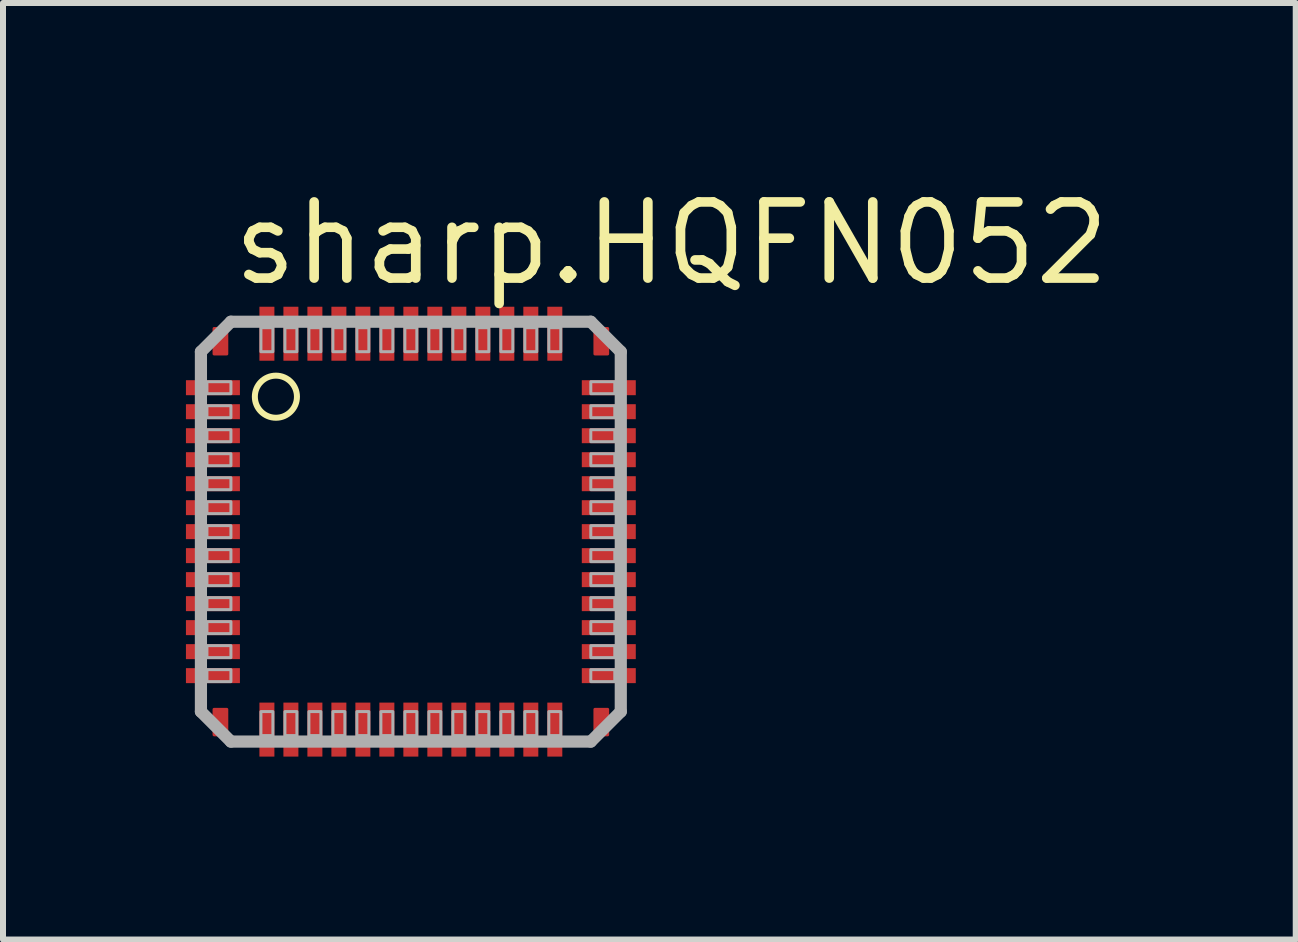
<source format=kicad_pcb>
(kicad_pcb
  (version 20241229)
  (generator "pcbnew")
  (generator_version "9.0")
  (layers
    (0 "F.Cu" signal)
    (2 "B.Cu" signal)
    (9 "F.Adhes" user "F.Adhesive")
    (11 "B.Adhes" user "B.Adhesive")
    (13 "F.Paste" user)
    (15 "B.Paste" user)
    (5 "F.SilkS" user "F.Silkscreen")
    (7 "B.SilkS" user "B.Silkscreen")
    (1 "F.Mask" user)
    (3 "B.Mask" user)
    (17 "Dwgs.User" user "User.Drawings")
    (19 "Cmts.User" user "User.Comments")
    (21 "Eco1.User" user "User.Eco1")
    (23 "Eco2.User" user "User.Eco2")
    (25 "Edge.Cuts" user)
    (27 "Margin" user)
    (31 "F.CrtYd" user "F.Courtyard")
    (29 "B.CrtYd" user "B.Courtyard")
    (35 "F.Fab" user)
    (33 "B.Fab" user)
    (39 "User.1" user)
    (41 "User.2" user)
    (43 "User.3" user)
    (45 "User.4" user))
  (footprint "sharp.HQFN052"
    (layer "F.Cu")
    (at 3.8 5.814)
    (property "Reference" "sharp.HQFN052" (at -3.048 -4.064 0) (layer "F.SilkS") (effects (font (size 1.27 1.27) (thickness 0.16)) (justify left bottom)))
    (attr smd)
    (fp_rect (start -3.281 3.387) (end -3.069 2.963) (stroke (width 0.05) (type default)) (fill yes) (layer "F.Cu"))
    (fp_rect (start -3.281 -2.963) (end -3.069 -3.387) (stroke (width 0.05) (type default)) (fill yes) (layer "F.Cu"))
    (fp_rect (start 3.069 3.387) (end 3.281 2.963) (stroke (width 0.05) (type default)) (fill yes) (layer "F.Cu"))
    (fp_rect (start 3.069 -2.963) (end 3.281 -3.387) (stroke (width 0.05) (type default)) (fill yes) (layer "F.Cu"))
    (fp_rect (start -3.775 -2.25) (end -2.825 -2.55) (stroke (width 0.05) (type default)) (fill yes) (layer "F.Mask"))
    (fp_rect (start -3.775 -1.85) (end -2.825 -2.15) (stroke (width 0.05) (type default)) (fill yes) (layer "F.Mask"))
    (fp_rect (start -3.775 -1.45) (end -2.825 -1.75) (stroke (width 0.05) (type default)) (fill yes) (layer "F.Mask"))
    (fp_rect (start -3.775 -1.05) (end -2.825 -1.35) (stroke (width 0.05) (type default)) (fill yes) (layer "F.Mask"))
    (fp_rect (start -3.775 -0.65) (end -2.825 -0.95) (stroke (width 0.05) (type default)) (fill yes) (layer "F.Mask"))
    (fp_rect (start -3.775 -0.25) (end -2.825 -0.55) (stroke (width 0.05) (type default)) (fill yes) (layer "F.Mask"))
    (fp_rect (start -3.775 0.15) (end -2.825 -0.15) (stroke (width 0.05) (type default)) (fill yes) (layer "F.Mask"))
    (fp_rect (start -3.775 0.55) (end -2.825 0.25) (stroke (width 0.05) (type default)) (fill yes) (layer "F.Mask"))
    (fp_rect (start -3.775 0.95) (end -2.825 0.65) (stroke (width 0.05) (type default)) (fill yes) (layer "F.Mask"))
    (fp_rect (start -3.775 1.35) (end -2.825 1.05) (stroke (width 0.05) (type default)) (fill yes) (layer "F.Mask"))
    (fp_rect (start -3.775 1.75) (end -2.825 1.45) (stroke (width 0.05) (type default)) (fill yes) (layer "F.Mask"))
    (fp_rect (start -3.775 2.15) (end -2.825 1.85) (stroke (width 0.05) (type default)) (fill yes) (layer "F.Mask"))
    (fp_rect (start -3.775 2.55) (end -2.825 2.25) (stroke (width 0.05) (type default)) (fill yes) (layer "F.Mask"))
    (fp_rect (start -3.299 -2.945) (end -3.051 -3.405) (stroke (width 0.05) (type default)) (fill yes) (layer "F.Mask"))
    (fp_rect (start -3.299 3.405) (end -3.051 2.945) (stroke (width 0.05) (type default)) (fill yes) (layer "F.Mask"))
    (fp_rect (start -2.55 -2.825) (end -2.25 -3.775) (stroke (width 0.05) (type default)) (fill yes) (layer "F.Mask"))
    (fp_rect (start -2.55 3.775) (end -2.25 2.825) (stroke (width 0.05) (type default)) (fill yes) (layer "F.Mask"))
    (fp_rect (start -2.15 -2.825) (end -1.85 -3.775) (stroke (width 0.05) (type default)) (fill yes) (layer "F.Mask"))
    (fp_rect (start -2.15 3.775) (end -1.85 2.825) (stroke (width 0.05) (type default)) (fill yes) (layer "F.Mask"))
    (fp_rect (start -1.75 -2.825) (end -1.45 -3.775) (stroke (width 0.05) (type default)) (fill yes) (layer "F.Mask"))
    (fp_rect (start -1.75 3.775) (end -1.45 2.825) (stroke (width 0.05) (type default)) (fill yes) (layer "F.Mask"))
    (fp_rect (start -1.35 -2.825) (end -1.05 -3.775) (stroke (width 0.05) (type default)) (fill yes) (layer "F.Mask"))
    (fp_rect (start -1.35 3.775) (end -1.05 2.825) (stroke (width 0.05) (type default)) (fill yes) (layer "F.Mask"))
    (fp_rect (start -0.95 -2.825) (end -0.65 -3.775) (stroke (width 0.05) (type default)) (fill yes) (layer "F.Mask"))
    (fp_rect (start -0.95 3.775) (end -0.65 2.825) (stroke (width 0.05) (type default)) (fill yes) (layer "F.Mask"))
    (fp_rect (start -0.55 -2.825) (end -0.25 -3.775) (stroke (width 0.05) (type default)) (fill yes) (layer "F.Mask"))
    (fp_rect (start -0.55 3.775) (end -0.25 2.825) (stroke (width 0.05) (type default)) (fill yes) (layer "F.Mask"))
    (fp_rect (start -0.15 -2.825) (end 0.15 -3.775) (stroke (width 0.05) (type default)) (fill yes) (layer "F.Mask"))
    (fp_rect (start -0.15 3.775) (end 0.15 2.825) (stroke (width 0.05) (type default)) (fill yes) (layer "F.Mask"))
    (fp_rect (start 0.25 -2.825) (end 0.55 -3.775) (stroke (width 0.05) (type default)) (fill yes) (layer "F.Mask"))
    (fp_rect (start 0.25 3.775) (end 0.55 2.825) (stroke (width 0.05) (type default)) (fill yes) (layer "F.Mask"))
    (fp_rect (start 0.65 -2.825) (end 0.95 -3.775) (stroke (width 0.05) (type default)) (fill yes) (layer "F.Mask"))
    (fp_rect (start 0.65 3.775) (end 0.95 2.825) (stroke (width 0.05) (type default)) (fill yes) (layer "F.Mask"))
    (fp_rect (start 1.05 -2.825) (end 1.35 -3.775) (stroke (width 0.05) (type default)) (fill yes) (layer "F.Mask"))
    (fp_rect (start 1.05 3.775) (end 1.35 2.825) (stroke (width 0.05) (type default)) (fill yes) (layer "F.Mask"))
    (fp_rect (start 1.45 -2.825) (end 1.75 -3.775) (stroke (width 0.05) (type default)) (fill yes) (layer "F.Mask"))
    (fp_rect (start 1.45 3.775) (end 1.75 2.825) (stroke (width 0.05) (type default)) (fill yes) (layer "F.Mask"))
    (fp_rect (start 1.85 -2.825) (end 2.15 -3.775) (stroke (width 0.05) (type default)) (fill yes) (layer "F.Mask"))
    (fp_rect (start 1.85 3.775) (end 2.15 2.825) (stroke (width 0.05) (type default)) (fill yes) (layer "F.Mask"))
    (fp_rect (start 2.25 -2.825) (end 2.55 -3.775) (stroke (width 0.05) (type default)) (fill yes) (layer "F.Mask"))
    (fp_rect (start 2.25 3.775) (end 2.55 2.825) (stroke (width 0.05) (type default)) (fill yes) (layer "F.Mask"))
    (fp_rect (start 2.825 -2.25) (end 3.775 -2.55) (stroke (width 0.05) (type default)) (fill yes) (layer "F.Mask"))
    (fp_rect (start 2.825 -1.85) (end 3.775 -2.15) (stroke (width 0.05) (type default)) (fill yes) (layer "F.Mask"))
    (fp_rect (start 2.825 -1.45) (end 3.775 -1.75) (stroke (width 0.05) (type default)) (fill yes) (layer "F.Mask"))
    (fp_rect (start 2.825 -1.05) (end 3.775 -1.35) (stroke (width 0.05) (type default)) (fill yes) (layer "F.Mask"))
    (fp_rect (start 2.825 -0.65) (end 3.775 -0.95) (stroke (width 0.05) (type default)) (fill yes) (layer "F.Mask"))
    (fp_rect (start 2.825 -0.25) (end 3.775 -0.55) (stroke (width 0.05) (type default)) (fill yes) (layer "F.Mask"))
    (fp_rect (start 2.825 0.15) (end 3.775 -0.15) (stroke (width 0.05) (type default)) (fill yes) (layer "F.Mask"))
    (fp_rect (start 2.825 0.55) (end 3.775 0.25) (stroke (width 0.05) (type default)) (fill yes) (layer "F.Mask"))
    (fp_rect (start 2.825 0.95) (end 3.775 0.65) (stroke (width 0.05) (type default)) (fill yes) (layer "F.Mask"))
    (fp_rect (start 2.825 1.35) (end 3.775 1.05) (stroke (width 0.05) (type default)) (fill yes) (layer "F.Mask"))
    (fp_rect (start 2.825 1.75) (end 3.775 1.45) (stroke (width 0.05) (type default)) (fill yes) (layer "F.Mask"))
    (fp_rect (start 2.825 2.15) (end 3.775 1.85) (stroke (width 0.05) (type default)) (fill yes) (layer "F.Mask"))
    (fp_rect (start 2.825 2.55) (end 3.775 2.25) (stroke (width 0.05) (type default)) (fill yes) (layer "F.Mask"))
    (fp_rect (start 3.051 -2.945) (end 3.299 -3.405) (stroke (width 0.05) (type default)) (fill yes) (layer "F.Mask"))
    (fp_rect (start 3.051 3.405) (end 3.299 2.945) (stroke (width 0.05) (type default)) (fill yes) (layer "F.Mask"))
    (fp_circle (center -2.25 -2.25) (end -1.899 -2.25) (stroke (width 0.1) (type default)) (fill no) (layer "F.SilkS"))
    (fp_rect (start -3.7 -2.3) (end -2.9 -2.5) (stroke (width 0.05) (type default)) (fill yes) (layer "F.Paste"))
    (fp_rect (start -3.7 -1.9) (end -2.9 -2.1) (stroke (width 0.05) (type default)) (fill yes) (layer "F.Paste"))
    (fp_rect (start -3.7 -1.5) (end -2.9 -1.7) (stroke (width 0.05) (type default)) (fill yes) (layer "F.Paste"))
    (fp_rect (start -3.7 -1.1) (end -2.9 -1.3) (stroke (width 0.05) (type default)) (fill yes) (layer "F.Paste"))
    (fp_rect (start -3.7 -0.7) (end -2.9 -0.9) (stroke (width 0.05) (type default)) (fill yes) (layer "F.Paste"))
    (fp_rect (start -3.7 -0.3) (end -2.9 -0.5) (stroke (width 0.05) (type default)) (fill yes) (layer "F.Paste"))
    (fp_rect (start -3.7 0.1) (end -2.9 -0.1) (stroke (width 0.05) (type default)) (fill yes) (layer "F.Paste"))
    (fp_rect (start -3.7 0.5) (end -2.9 0.3) (stroke (width 0.05) (type default)) (fill yes) (layer "F.Paste"))
    (fp_rect (start -3.7 0.9) (end -2.9 0.7) (stroke (width 0.05) (type default)) (fill yes) (layer "F.Paste"))
    (fp_rect (start -3.7 1.3) (end -2.9 1.1) (stroke (width 0.05) (type default)) (fill yes) (layer "F.Paste"))
    (fp_rect (start -3.7 1.7) (end -2.9 1.5) (stroke (width 0.05) (type default)) (fill yes) (layer "F.Paste"))
    (fp_rect (start -3.7 2.1) (end -2.9 1.9) (stroke (width 0.05) (type default)) (fill yes) (layer "F.Paste"))
    (fp_rect (start -3.7 2.5) (end -2.9 2.3) (stroke (width 0.05) (type default)) (fill yes) (layer "F.Paste"))
    (fp_rect (start -3.264 3.369) (end -3.087 2.98) (stroke (width 0.05) (type default)) (fill yes) (layer "F.Paste"))
    (fp_rect (start -3.263 -2.981) (end -3.087 -3.37) (stroke (width 0.05) (type default)) (fill yes) (layer "F.Paste"))
    (fp_rect (start -2.5 -2.9) (end -2.3 -3.7) (stroke (width 0.05) (type default)) (fill yes) (layer "F.Paste"))
    (fp_rect (start -2.5 3.7) (end -2.3 2.9) (stroke (width 0.05) (type default)) (fill yes) (layer "F.Paste"))
    (fp_rect (start -2.1 -2.9) (end -1.9 -3.7) (stroke (width 0.05) (type default)) (fill yes) (layer "F.Paste"))
    (fp_rect (start -2.1 3.7) (end -1.9 2.9) (stroke (width 0.05) (type default)) (fill yes) (layer "F.Paste"))
    (fp_rect (start -1.7 -2.9) (end -1.5 -3.7) (stroke (width 0.05) (type default)) (fill yes) (layer "F.Paste"))
    (fp_rect (start -1.7 3.7) (end -1.5 2.9) (stroke (width 0.05) (type default)) (fill yes) (layer "F.Paste"))
    (fp_rect (start -1.3 -2.9) (end -1.1 -3.7) (stroke (width 0.05) (type default)) (fill yes) (layer "F.Paste"))
    (fp_rect (start -1.3 3.7) (end -1.1 2.9) (stroke (width 0.05) (type default)) (fill yes) (layer "F.Paste"))
    (fp_rect (start -0.9 -2.9) (end -0.7 -3.7) (stroke (width 0.05) (type default)) (fill yes) (layer "F.Paste"))
    (fp_rect (start -0.9 3.7) (end -0.7 2.9) (stroke (width 0.05) (type default)) (fill yes) (layer "F.Paste"))
    (fp_rect (start -0.5 -2.9) (end -0.3 -3.7) (stroke (width 0.05) (type default)) (fill yes) (layer "F.Paste"))
    (fp_rect (start -0.5 3.7) (end -0.3 2.9) (stroke (width 0.05) (type default)) (fill yes) (layer "F.Paste"))
    (fp_rect (start -0.1 -2.9) (end 0.1 -3.7) (stroke (width 0.05) (type default)) (fill yes) (layer "F.Paste"))
    (fp_rect (start -0.1 3.7) (end 0.1 2.9) (stroke (width 0.05) (type default)) (fill yes) (layer "F.Paste"))
    (fp_rect (start 0.3 -2.9) (end 0.5 -3.7) (stroke (width 0.05) (type default)) (fill yes) (layer "F.Paste"))
    (fp_rect (start 0.3 3.7) (end 0.5 2.9) (stroke (width 0.05) (type default)) (fill yes) (layer "F.Paste"))
    (fp_rect (start 0.7 -2.9) (end 0.9 -3.7) (stroke (width 0.05) (type default)) (fill yes) (layer "F.Paste"))
    (fp_rect (start 0.7 3.7) (end 0.9 2.9) (stroke (width 0.05) (type default)) (fill yes) (layer "F.Paste"))
    (fp_rect (start 1.1 -2.9) (end 1.3 -3.7) (stroke (width 0.05) (type default)) (fill yes) (layer "F.Paste"))
    (fp_rect (start 1.1 3.7) (end 1.3 2.9) (stroke (width 0.05) (type default)) (fill yes) (layer "F.Paste"))
    (fp_rect (start 1.5 -2.9) (end 1.7 -3.7) (stroke (width 0.05) (type default)) (fill yes) (layer "F.Paste"))
    (fp_rect (start 1.5 3.7) (end 1.7 2.9) (stroke (width 0.05) (type default)) (fill yes) (layer "F.Paste"))
    (fp_rect (start 1.9 -2.9) (end 2.1 -3.7) (stroke (width 0.05) (type default)) (fill yes) (layer "F.Paste"))
    (fp_rect (start 1.9 3.7) (end 2.1 2.9) (stroke (width 0.05) (type default)) (fill yes) (layer "F.Paste"))
    (fp_rect (start 2.3 -2.9) (end 2.5 -3.7) (stroke (width 0.05) (type default)) (fill yes) (layer "F.Paste"))
    (fp_rect (start 2.3 3.7) (end 2.5 2.9) (stroke (width 0.05) (type default)) (fill yes) (layer "F.Paste"))
    (fp_rect (start 2.9 -2.3) (end 3.7 -2.5) (stroke (width 0.05) (type default)) (fill yes) (layer "F.Paste"))
    (fp_rect (start 2.9 -1.9) (end 3.7 -2.1) (stroke (width 0.05) (type default)) (fill yes) (layer "F.Paste"))
    (fp_rect (start 2.9 -1.5) (end 3.7 -1.7) (stroke (width 0.05) (type default)) (fill yes) (layer "F.Paste"))
    (fp_rect (start 2.9 -1.1) (end 3.7 -1.3) (stroke (width 0.05) (type default)) (fill yes) (layer "F.Paste"))
    (fp_rect (start 2.9 -0.7) (end 3.7 -0.9) (stroke (width 0.05) (type default)) (fill yes) (layer "F.Paste"))
    (fp_rect (start 2.9 -0.3) (end 3.7 -0.5) (stroke (width 0.05) (type default)) (fill yes) (layer "F.Paste"))
    (fp_rect (start 2.9 0.1) (end 3.7 -0.1) (stroke (width 0.05) (type default)) (fill yes) (layer "F.Paste"))
    (fp_rect (start 2.9 0.5) (end 3.7 0.3) (stroke (width 0.05) (type default)) (fill yes) (layer "F.Paste"))
    (fp_rect (start 2.9 0.9) (end 3.7 0.7) (stroke (width 0.05) (type default)) (fill yes) (layer "F.Paste"))
    (fp_rect (start 2.9 1.3) (end 3.7 1.1) (stroke (width 0.05) (type default)) (fill yes) (layer "F.Paste"))
    (fp_rect (start 2.9 1.7) (end 3.7 1.5) (stroke (width 0.05) (type default)) (fill yes) (layer "F.Paste"))
    (fp_rect (start 2.9 2.1) (end 3.7 1.9) (stroke (width 0.05) (type default)) (fill yes) (layer "F.Paste"))
    (fp_rect (start 2.9 2.5) (end 3.7 2.3) (stroke (width 0.05) (type default)) (fill yes) (layer "F.Paste"))
    (fp_rect (start 3.087 3.37) (end 3.263 2.981) (stroke (width 0.05) (type default)) (fill yes) (layer "F.Paste"))
    (fp_rect (start 3.087 -2.98) (end 3.264 -3.369) (stroke (width 0.05) (type default)) (fill yes) (layer "F.Paste"))
    (fp_line (start -3.5 -3) (end -3 -3.5) (stroke (width 0.203) (type default)) (layer "F.Fab"))
    (fp_line (start -3.5 3) (end -3.5 -3) (stroke (width 0.203) (type default)) (layer "F.Fab"))
    (fp_line (start -3 -3.5) (end 3 -3.5) (stroke (width 0.203) (type default)) (layer "F.Fab"))
    (fp_line (start -3 3.5) (end -3.5 3) (stroke (width 0.203) (type default)) (layer "F.Fab"))
    (fp_line (start 3 -3.5) (end 3.5 -3) (stroke (width 0.203) (type default)) (layer "F.Fab"))
    (fp_line (start 3 3.5) (end -3 3.5) (stroke (width 0.203) (type default)) (layer "F.Fab"))
    (fp_line (start 3.5 -3) (end 3.5 3) (stroke (width 0.203) (type default)) (layer "F.Fab"))
    (fp_line (start 3.5 3) (end 3 3.5) (stroke (width 0.203) (type default)) (layer "F.Fab"))
    (fp_rect (start -3.4 -2.3) (end -3 -2.5) (stroke (width 0.05) (type default)) (fill no) (layer "F.Fab"))
    (fp_rect (start -3.4 -1.9) (end -3 -2.1) (stroke (width 0.05) (type default)) (fill no) (layer "F.Fab"))
    (fp_rect (start -3.4 -1.5) (end -3 -1.7) (stroke (width 0.05) (type default)) (fill no) (layer "F.Fab"))
    (fp_rect (start -3.4 -1.1) (end -3 -1.3) (stroke (width 0.05) (type default)) (fill no) (layer "F.Fab"))
    (fp_rect (start -3.4 -0.7) (end -3 -0.9) (stroke (width 0.05) (type default)) (fill no) (layer "F.Fab"))
    (fp_rect (start -3.4 -0.3) (end -3 -0.5) (stroke (width 0.05) (type default)) (fill no) (layer "F.Fab"))
    (fp_rect (start -3.4 0.1) (end -3 -0.1) (stroke (width 0.05) (type default)) (fill no) (layer "F.Fab"))
    (fp_rect (start -3.4 0.5) (end -3 0.3) (stroke (width 0.05) (type default)) (fill no) (layer "F.Fab"))
    (fp_rect (start -3.4 0.9) (end -3 0.7) (stroke (width 0.05) (type default)) (fill no) (layer "F.Fab"))
    (fp_rect (start -3.4 1.3) (end -3 1.1) (stroke (width 0.05) (type default)) (fill no) (layer "F.Fab"))
    (fp_rect (start -3.4 1.7) (end -3 1.5) (stroke (width 0.05) (type default)) (fill no) (layer "F.Fab"))
    (fp_rect (start -3.4 2.1) (end -3 1.9) (stroke (width 0.05) (type default)) (fill no) (layer "F.Fab"))
    (fp_rect (start -3.4 2.5) (end -3 2.3) (stroke (width 0.05) (type default)) (fill no) (layer "F.Fab"))
    (fp_rect (start -2.5 -3) (end -2.3 -3.4) (stroke (width 0.05) (type default)) (fill no) (layer "F.Fab"))
    (fp_rect (start -2.5 3.4) (end -2.3 3) (stroke (width 0.05) (type default)) (fill no) (layer "F.Fab"))
    (fp_rect (start -2.1 -3) (end -1.9 -3.4) (stroke (width 0.05) (type default)) (fill no) (layer "F.Fab"))
    (fp_rect (start -2.1 3.4) (end -1.9 3) (stroke (width 0.05) (type default)) (fill no) (layer "F.Fab"))
    (fp_rect (start -1.7 -3) (end -1.5 -3.4) (stroke (width 0.05) (type default)) (fill no) (layer "F.Fab"))
    (fp_rect (start -1.7 3.4) (end -1.5 3) (stroke (width 0.05) (type default)) (fill no) (layer "F.Fab"))
    (fp_rect (start -1.3 -3) (end -1.1 -3.4) (stroke (width 0.05) (type default)) (fill no) (layer "F.Fab"))
    (fp_rect (start -1.3 3.4) (end -1.1 3) (stroke (width 0.05) (type default)) (fill no) (layer "F.Fab"))
    (fp_rect (start -0.9 -3) (end -0.7 -3.4) (stroke (width 0.05) (type default)) (fill no) (layer "F.Fab"))
    (fp_rect (start -0.9 3.4) (end -0.7 3) (stroke (width 0.05) (type default)) (fill no) (layer "F.Fab"))
    (fp_rect (start -0.5 -3) (end -0.3 -3.4) (stroke (width 0.05) (type default)) (fill no) (layer "F.Fab"))
    (fp_rect (start -0.5 3.4) (end -0.3 3) (stroke (width 0.05) (type default)) (fill no) (layer "F.Fab"))
    (fp_rect (start -0.1 -3) (end 0.1 -3.4) (stroke (width 0.05) (type default)) (fill no) (layer "F.Fab"))
    (fp_rect (start -0.1 3.4) (end 0.1 3) (stroke (width 0.05) (type default)) (fill no) (layer "F.Fab"))
    (fp_rect (start 0.3 -3) (end 0.5 -3.4) (stroke (width 0.05) (type default)) (fill no) (layer "F.Fab"))
    (fp_rect (start 0.3 3.4) (end 0.5 3) (stroke (width 0.05) (type default)) (fill no) (layer "F.Fab"))
    (fp_rect (start 0.7 -3) (end 0.9 -3.4) (stroke (width 0.05) (type default)) (fill no) (layer "F.Fab"))
    (fp_rect (start 0.7 3.4) (end 0.9 3) (stroke (width 0.05) (type default)) (fill no) (layer "F.Fab"))
    (fp_rect (start 1.1 -3) (end 1.3 -3.4) (stroke (width 0.05) (type default)) (fill no) (layer "F.Fab"))
    (fp_rect (start 1.1 3.4) (end 1.3 3) (stroke (width 0.05) (type default)) (fill no) (layer "F.Fab"))
    (fp_rect (start 1.5 -3) (end 1.7 -3.4) (stroke (width 0.05) (type default)) (fill no) (layer "F.Fab"))
    (fp_rect (start 1.5 3.4) (end 1.7 3) (stroke (width 0.05) (type default)) (fill no) (layer "F.Fab"))
    (fp_rect (start 1.9 -3) (end 2.1 -3.4) (stroke (width 0.05) (type default)) (fill no) (layer "F.Fab"))
    (fp_rect (start 1.9 3.4) (end 2.1 3) (stroke (width 0.05) (type default)) (fill no) (layer "F.Fab"))
    (fp_rect (start 2.3 -3) (end 2.5 -3.4) (stroke (width 0.05) (type default)) (fill no) (layer "F.Fab"))
    (fp_rect (start 2.3 3.4) (end 2.5 3) (stroke (width 0.05) (type default)) (fill no) (layer "F.Fab"))
    (fp_rect (start 3 -2.3) (end 3.4 -2.5) (stroke (width 0.05) (type default)) (fill no) (layer "F.Fab"))
    (fp_rect (start 3 -1.9) (end 3.4 -2.1) (stroke (width 0.05) (type default)) (fill no) (layer "F.Fab"))
    (fp_rect (start 3 -1.5) (end 3.4 -1.7) (stroke (width 0.05) (type default)) (fill no) (layer "F.Fab"))
    (fp_rect (start 3 -1.1) (end 3.4 -1.3) (stroke (width 0.05) (type default)) (fill no) (layer "F.Fab"))
    (fp_rect (start 3 -0.7) (end 3.4 -0.9) (stroke (width 0.05) (type default)) (fill no) (layer "F.Fab"))
    (fp_rect (start 3 -0.3) (end 3.4 -0.5) (stroke (width 0.05) (type default)) (fill no) (layer "F.Fab"))
    (fp_rect (start 3 0.1) (end 3.4 -0.1) (stroke (width 0.05) (type default)) (fill no) (layer "F.Fab"))
    (fp_rect (start 3 0.5) (end 3.4 0.3) (stroke (width 0.05) (type default)) (fill no) (layer "F.Fab"))
    (fp_rect (start 3 0.9) (end 3.4 0.7) (stroke (width 0.05) (type default)) (fill no) (layer "F.Fab"))
    (fp_rect (start 3 1.3) (end 3.4 1.1) (stroke (width 0.05) (type default)) (fill no) (layer "F.Fab"))
    (fp_rect (start 3 1.7) (end 3.4 1.5) (stroke (width 0.05) (type default)) (fill no) (layer "F.Fab"))
    (fp_rect (start 3 2.1) (end 3.4 1.9) (stroke (width 0.05) (type default)) (fill no) (layer "F.Fab"))
    (fp_rect (start 3 2.5) (end 3.4 2.3) (stroke (width 0.05) (type default)) (fill no) (layer "F.Fab"))
    (pad "1" smd roundrect (at -3.3 -2.4) (size 0.9 0.25) (layers "F.Cu" "F.Mask" "F.Paste") (roundrect_rratio 0.01))
    (pad "2" smd roundrect (at -3.3 -2) (size 0.9 0.25) (layers "F.Cu" "F.Mask" "F.Paste") (roundrect_rratio 0.01))
    (pad "3" smd roundrect (at -3.3 -1.6) (size 0.9 0.25) (layers "F.Cu" "F.Mask" "F.Paste") (roundrect_rratio 0.01))
    (pad "4" smd roundrect (at -3.3 -1.2) (size 0.9 0.25) (layers "F.Cu" "F.Mask" "F.Paste") (roundrect_rratio 0.01))
    (pad "5" smd roundrect (at -3.3 -0.8) (size 0.9 0.25) (layers "F.Cu" "F.Mask" "F.Paste") (roundrect_rratio 0.01))
    (pad "6" smd roundrect (at -3.3 -0.4) (size 0.9 0.25) (layers "F.Cu" "F.Mask" "F.Paste") (roundrect_rratio 0.01))
    (pad "7" smd roundrect (at -3.3 0) (size 0.9 0.25) (layers "F.Cu" "F.Mask" "F.Paste") (roundrect_rratio 0.01))
    (pad "8" smd roundrect (at -3.3 0.4) (size 0.9 0.25) (layers "F.Cu" "F.Mask" "F.Paste") (roundrect_rratio 0.01))
    (pad "9" smd roundrect (at -3.3 0.8) (size 0.9 0.25) (layers "F.Cu" "F.Mask" "F.Paste") (roundrect_rratio 0.01))
    (pad "10" smd roundrect (at -3.3 1.2) (size 0.9 0.25) (layers "F.Cu" "F.Mask" "F.Paste") (roundrect_rratio 0.01))
    (pad "11" smd roundrect (at -3.3 1.6) (size 0.9 0.25) (layers "F.Cu" "F.Mask" "F.Paste") (roundrect_rratio 0.01))
    (pad "12" smd roundrect (at -3.3 2) (size 0.9 0.25) (layers "F.Cu" "F.Mask" "F.Paste") (roundrect_rratio 0.01))
    (pad "13" smd roundrect (at -3.3 2.4) (size 0.9 0.25) (layers "F.Cu" "F.Mask" "F.Paste") (roundrect_rratio 0.01))
    (pad "14" smd roundrect (at -2.4 3.3 90) (size 0.9 0.25) (layers "F.Cu" "F.Mask" "F.Paste") (roundrect_rratio 0.01))
    (pad "15" smd roundrect (at -2 3.3 90) (size 0.9 0.25) (layers "F.Cu" "F.Mask" "F.Paste") (roundrect_rratio 0.01))
    (pad "16" smd roundrect (at -1.6 3.3 90) (size 0.9 0.25) (layers "F.Cu" "F.Mask" "F.Paste") (roundrect_rratio 0.01))
    (pad "17" smd roundrect (at -1.2 3.3 90) (size 0.9 0.25) (layers "F.Cu" "F.Mask" "F.Paste") (roundrect_rratio 0.01))
    (pad "18" smd roundrect (at -0.8 3.3 90) (size 0.9 0.25) (layers "F.Cu" "F.Mask" "F.Paste") (roundrect_rratio 0.01))
    (pad "19" smd roundrect (at -0.4 3.3 90) (size 0.9 0.25) (layers "F.Cu" "F.Mask" "F.Paste") (roundrect_rratio 0.01))
    (pad "20" smd roundrect (at 0 3.3 90) (size 0.9 0.25) (layers "F.Cu" "F.Mask" "F.Paste") (roundrect_rratio 0.01))
    (pad "21" smd roundrect (at 0.4 3.3 90) (size 0.9 0.25) (layers "F.Cu" "F.Mask" "F.Paste") (roundrect_rratio 0.01))
    (pad "22" smd roundrect (at 0.8 3.3 90) (size 0.9 0.25) (layers "F.Cu" "F.Mask" "F.Paste") (roundrect_rratio 0.01))
    (pad "23" smd roundrect (at 1.2 3.3 90) (size 0.9 0.25) (layers "F.Cu" "F.Mask" "F.Paste") (roundrect_rratio 0.01))
    (pad "24" smd roundrect (at 1.6 3.3 90) (size 0.9 0.25) (layers "F.Cu" "F.Mask" "F.Paste") (roundrect_rratio 0.01))
    (pad "25" smd roundrect (at 2 3.3 90) (size 0.9 0.25) (layers "F.Cu" "F.Mask" "F.Paste") (roundrect_rratio 0.01))
    (pad "26" smd roundrect (at 2.4 3.3 90) (size 0.9 0.25) (layers "F.Cu" "F.Mask" "F.Paste") (roundrect_rratio 0.01))
    (pad "27" smd roundrect (at 3.3 2.4 180) (size 0.9 0.25) (layers "F.Cu" "F.Mask" "F.Paste") (roundrect_rratio 0.01))
    (pad "28" smd roundrect (at 3.3 2 180) (size 0.9 0.25) (layers "F.Cu" "F.Mask" "F.Paste") (roundrect_rratio 0.01))
    (pad "29" smd roundrect (at 3.3 1.6 180) (size 0.9 0.25) (layers "F.Cu" "F.Mask" "F.Paste") (roundrect_rratio 0.01))
    (pad "30" smd roundrect (at 3.3 1.2 180) (size 0.9 0.25) (layers "F.Cu" "F.Mask" "F.Paste") (roundrect_rratio 0.01))
    (pad "31" smd roundrect (at 3.3 0.8 180) (size 0.9 0.25) (layers "F.Cu" "F.Mask" "F.Paste") (roundrect_rratio 0.01))
    (pad "32" smd roundrect (at 3.3 0.4 180) (size 0.9 0.25) (layers "F.Cu" "F.Mask" "F.Paste") (roundrect_rratio 0.01))
    (pad "33" smd roundrect (at 3.3 0 180) (size 0.9 0.25) (layers "F.Cu" "F.Mask" "F.Paste") (roundrect_rratio 0.01))
    (pad "34" smd roundrect (at 3.3 -0.4 180) (size 0.9 0.25) (layers "F.Cu" "F.Mask" "F.Paste") (roundrect_rratio 0.01))
    (pad "35" smd roundrect (at 3.3 -0.8 180) (size 0.9 0.25) (layers "F.Cu" "F.Mask" "F.Paste") (roundrect_rratio 0.01))
    (pad "36" smd roundrect (at 3.3 -1.2 180) (size 0.9 0.25) (layers "F.Cu" "F.Mask" "F.Paste") (roundrect_rratio 0.01))
    (pad "37" smd roundrect (at 3.3 -1.6 180) (size 0.9 0.25) (layers "F.Cu" "F.Mask" "F.Paste") (roundrect_rratio 0.01))
    (pad "38" smd roundrect (at 3.3 -2 180) (size 0.9 0.25) (layers "F.Cu" "F.Mask" "F.Paste") (roundrect_rratio 0.01))
    (pad "39" smd roundrect (at 3.3 -2.4 180) (size 0.9 0.25) (layers "F.Cu" "F.Mask" "F.Paste") (roundrect_rratio 0.01))
    (pad "40" smd roundrect (at 2.4 -3.3 270) (size 0.9 0.25) (layers "F.Cu" "F.Mask" "F.Paste") (roundrect_rratio 0.01))
    (pad "41" smd roundrect (at 2 -3.3 270) (size 0.9 0.25) (layers "F.Cu" "F.Mask" "F.Paste") (roundrect_rratio 0.01))
    (pad "42" smd roundrect (at 1.6 -3.3 270) (size 0.9 0.25) (layers "F.Cu" "F.Mask" "F.Paste") (roundrect_rratio 0.01))
    (pad "43" smd roundrect (at 1.2 -3.3 270) (size 0.9 0.25) (layers "F.Cu" "F.Mask" "F.Paste") (roundrect_rratio 0.01))
    (pad "44" smd roundrect (at 0.8 -3.3 270) (size 0.9 0.25) (layers "F.Cu" "F.Mask" "F.Paste") (roundrect_rratio 0.01))
    (pad "45" smd roundrect (at 0.4 -3.3 270) (size 0.9 0.25) (layers "F.Cu" "F.Mask" "F.Paste") (roundrect_rratio 0.01))
    (pad "46" smd roundrect (at 0 -3.3 270) (size 0.9 0.25) (layers "F.Cu" "F.Mask" "F.Paste") (roundrect_rratio 0.01))
    (pad "47" smd roundrect (at -0.4 -3.3 270) (size 0.9 0.25) (layers "F.Cu" "F.Mask" "F.Paste") (roundrect_rratio 0.01))
    (pad "48" smd roundrect (at -0.8 -3.3 270) (size 0.9 0.25) (layers "F.Cu" "F.Mask" "F.Paste") (roundrect_rratio 0.01))
    (pad "49" smd roundrect (at -1.2 -3.3 270) (size 0.9 0.25) (layers "F.Cu" "F.Mask" "F.Paste") (roundrect_rratio 0.01))
    (pad "50" smd roundrect (at -1.6 -3.3 270) (size 0.9 0.25) (layers "F.Cu" "F.Mask" "F.Paste") (roundrect_rratio 0.01))
    (pad "51" smd roundrect (at -2 -3.3 270) (size 0.9 0.25) (layers "F.Cu" "F.Mask" "F.Paste") (roundrect_rratio 0.01))
    (pad "52" smd roundrect (at -2.4 -3.3 270) (size 0.9 0.25) (layers "F.Cu" "F.Mask" "F.Paste") (roundrect_rratio 0.01)))
  (gr_rect
    (start -3 -3)
    (end 18.553 12.614)
    (stroke (width 0.1) (type default))
    (fill no)
    (layer "Edge.Cuts")))
</source>
